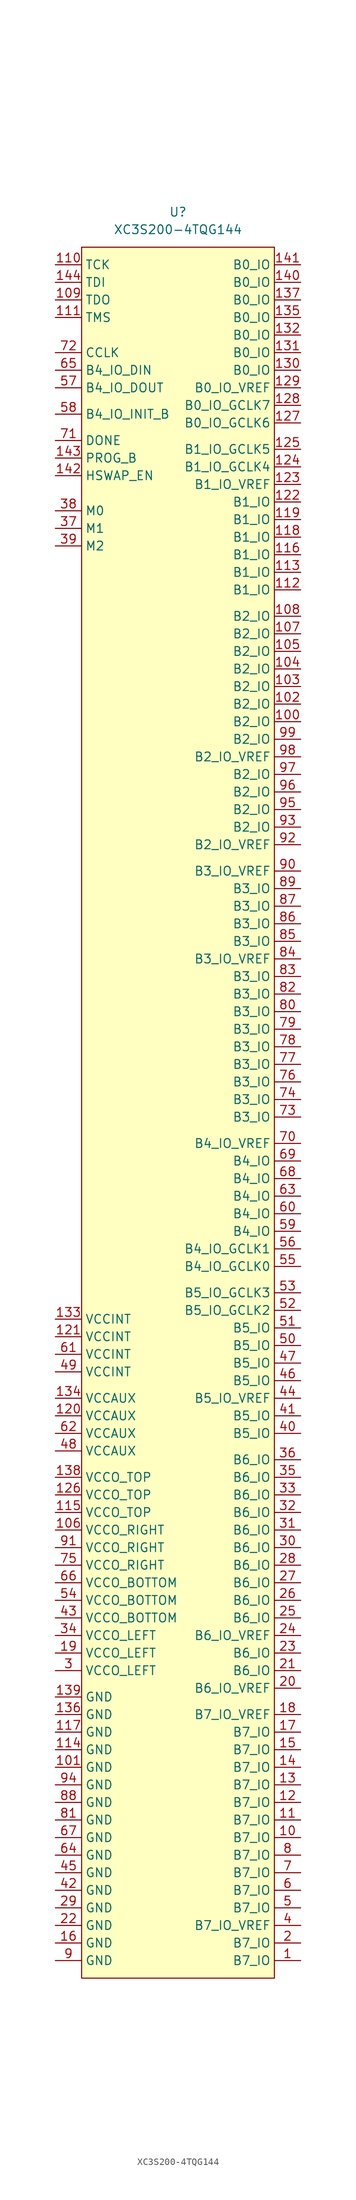
<source format=kicad_sym>
(kicad_symbol_lib
  (version 20231120)
  (generator "kicad_symbol_editor")
  (generator_version "8.0")
  (symbol "XC3S200-4TQG144"
    (property "Reference" "U"
      (at 0 130.81 0)
      (effects (font (size 1.27 1.27))))
    (property "Value" "XC3S200-4TQG144"
      (at 0 128.27 0)
      (effects (font (size 1.27 1.27))))
    (symbol "XC3S200-4TQG144_0_1"
      (rectangle (start -13.97 125.73) (end 13.97 -124.46) (stroke (width 0) (type default)) (fill (type background))))
    (symbol "XC3S200-4TQG144_1_1"
      (pin passive line (at 17.78 -121.92 180) (length 3.81) (name "B7_IO" (effects (font (size 1.27 1.27)))) (number "1" (effects (font (size 1.27 1.27)))))
      (pin passive line (at 17.78 -104.14 180) (length 3.81) (name "B7_IO" (effects (font (size 1.27 1.27)))) (number "10" (effects (font (size 1.27 1.27)))))
      (pin passive line (at 17.78 57.15 180) (length 3.81) (name "B2_IO" (effects (font (size 1.27 1.27)))) (number "100" (effects (font (size 1.27 1.27)))))
      (pin power_in line (at -17.78 -93.98 0) (length 3.81) (name "GND" (effects (font (size 1.27 1.27)))) (number "101" (effects (font (size 1.27 1.27)))))
      (pin passive line (at 17.78 59.69 180) (length 3.81) (name "B2_IO" (effects (font (size 1.27 1.27)))) (number "102" (effects (font (size 1.27 1.27)))))
      (pin passive line (at 17.78 62.23 180) (length 3.81) (name "B2_IO" (effects (font (size 1.27 1.27)))) (number "103" (effects (font (size 1.27 1.27)))))
      (pin passive line (at 17.78 64.77 180) (length 3.81) (name "B2_IO" (effects (font (size 1.27 1.27)))) (number "104" (effects (font (size 1.27 1.27)))))
      (pin passive line (at 17.78 67.31 180) (length 3.81) (name "B2_IO" (effects (font (size 1.27 1.27)))) (number "105" (effects (font (size 1.27 1.27)))))
      (pin power_in line (at -17.78 -59.69 0) (length 3.81) (name "VCCO_RIGHT" (effects (font (size 1.27 1.27)))) (number "106" (effects (font (size 1.27 1.27)))))
      (pin passive line (at 17.78 69.85 180) (length 3.81) (name "B2_IO" (effects (font (size 1.27 1.27)))) (number "107" (effects (font (size 1.27 1.27)))))
      (pin passive line (at 17.78 72.39 180) (length 3.81) (name "B2_IO" (effects (font (size 1.27 1.27)))) (number "108" (effects (font (size 1.27 1.27)))))
      (pin output line (at -17.78 118.11 0) (length 3.81) (name "TDO" (effects (font (size 1.27 1.27)))) (number "109" (effects (font (size 1.27 1.27)))))
      (pin passive line (at 17.78 -101.6 180) (length 3.81) (name "B7_IO" (effects (font (size 1.27 1.27)))) (number "11" (effects (font (size 1.27 1.27)))))
      (pin input line (at -17.78 123.19 0) (length 3.81) (name "TCK" (effects (font (size 1.27 1.27)))) (number "110" (effects (font (size 1.27 1.27)))))
      (pin input line (at -17.78 115.57 0) (length 3.81) (name "TMS" (effects (font (size 1.27 1.27)))) (number "111" (effects (font (size 1.27 1.27)))))
      (pin passive line (at 17.78 76.2 180) (length 3.81) (name "B1_IO" (effects (font (size 1.27 1.27)))) (number "112" (effects (font (size 1.27 1.27)))))
      (pin passive line (at 17.78 78.74 180) (length 3.81) (name "B1_IO" (effects (font (size 1.27 1.27)))) (number "113" (effects (font (size 1.27 1.27)))))
      (pin power_in line (at -17.78 -91.44 0) (length 3.81) (name "GND" (effects (font (size 1.27 1.27)))) (number "114" (effects (font (size 1.27 1.27)))))
      (pin power_in line (at -17.78 -57.15 0) (length 3.81) (name "VCCO_TOP" (effects (font (size 1.27 1.27)))) (number "115" (effects (font (size 1.27 1.27)))))
      (pin passive line (at 17.78 81.28 180) (length 3.81) (name "B1_IO" (effects (font (size 1.27 1.27)))) (number "116" (effects (font (size 1.27 1.27)))))
      (pin power_in line (at -17.78 -88.9 0) (length 3.81) (name "GND" (effects (font (size 1.27 1.27)))) (number "117" (effects (font (size 1.27 1.27)))))
      (pin passive line (at 17.78 83.82 180) (length 3.81) (name "B1_IO" (effects (font (size 1.27 1.27)))) (number "118" (effects (font (size 1.27 1.27)))))
      (pin passive line (at 17.78 86.36 180) (length 3.81) (name "B1_IO" (effects (font (size 1.27 1.27)))) (number "119" (effects (font (size 1.27 1.27)))))
      (pin passive line (at 17.78 -99.06 180) (length 3.81) (name "B7_IO" (effects (font (size 1.27 1.27)))) (number "12" (effects (font (size 1.27 1.27)))))
      (pin power_in line (at -17.78 -43.18 0) (length 3.81) (name "VCCAUX" (effects (font (size 1.27 1.27)))) (number "120" (effects (font (size 1.27 1.27)))))
      (pin power_in line (at -17.78 -31.75 0) (length 3.81) (name "VCCINT" (effects (font (size 1.27 1.27)))) (number "121" (effects (font (size 1.27 1.27)))))
      (pin passive line (at 17.78 88.9 180) (length 3.81) (name "B1_IO" (effects (font (size 1.27 1.27)))) (number "122" (effects (font (size 1.27 1.27)))))
      (pin passive line (at 17.78 91.44 180) (length 3.81) (name "B1_IO_VREF" (effects (font (size 1.27 1.27)))) (number "123" (effects (font (size 1.27 1.27)))))
      (pin passive line (at 17.78 93.98 180) (length 3.81) (name "B1_IO_GCLK4" (effects (font (size 1.27 1.27)))) (number "124" (effects (font (size 1.27 1.27)))))
      (pin passive line (at 17.78 96.52 180) (length 3.81) (name "B1_IO_GCLK5" (effects (font (size 1.27 1.27)))) (number "125" (effects (font (size 1.27 1.27)))))
      (pin power_in line (at -17.78 -54.61 0) (length 3.81) (name "VCCO_TOP" (effects (font (size 1.27 1.27)))) (number "126" (effects (font (size 1.27 1.27)))))
      (pin passive line (at 17.78 100.33 180) (length 3.81) (name "B0_IO_GCLK6" (effects (font (size 1.27 1.27)))) (number "127" (effects (font (size 1.27 1.27)))))
      (pin passive line (at 17.78 102.87 180) (length 3.81) (name "B0_IO_GCLK7" (effects (font (size 1.27 1.27)))) (number "128" (effects (font (size 1.27 1.27)))))
      (pin passive line (at 17.78 105.41 180) (length 3.81) (name "B0_IO_VREF" (effects (font (size 1.27 1.27)))) (number "129" (effects (font (size 1.27 1.27)))))
      (pin passive line (at 17.78 -96.52 180) (length 3.81) (name "B7_IO" (effects (font (size 1.27 1.27)))) (number "13" (effects (font (size 1.27 1.27)))))
      (pin passive line (at 17.78 107.95 180) (length 3.81) (name "B0_IO" (effects (font (size 1.27 1.27)))) (number "130" (effects (font (size 1.27 1.27)))))
      (pin passive line (at 17.78 110.49 180) (length 3.81) (name "B0_IO" (effects (font (size 1.27 1.27)))) (number "131" (effects (font (size 1.27 1.27)))))
      (pin passive line (at 17.78 113.03 180) (length 3.81) (name "B0_IO" (effects (font (size 1.27 1.27)))) (number "132" (effects (font (size 1.27 1.27)))))
      (pin power_in line (at -17.78 -29.21 0) (length 3.81) (name "VCCINT" (effects (font (size 1.27 1.27)))) (number "133" (effects (font (size 1.27 1.27)))))
      (pin power_in line (at -17.78 -40.64 0) (length 3.81) (name "VCCAUX" (effects (font (size 1.27 1.27)))) (number "134" (effects (font (size 1.27 1.27)))))
      (pin passive line (at 17.78 115.57 180) (length 3.81) (name "B0_IO" (effects (font (size 1.27 1.27)))) (number "135" (effects (font (size 1.27 1.27)))))
      (pin power_in line (at -17.78 -86.36 0) (length 3.81) (name "GND" (effects (font (size 1.27 1.27)))) (number "136" (effects (font (size 1.27 1.27)))))
      (pin passive line (at 17.78 118.11 180) (length 3.81) (name "B0_IO" (effects (font (size 1.27 1.27)))) (number "137" (effects (font (size 1.27 1.27)))))
      (pin power_in line (at -17.78 -52.07 0) (length 3.81) (name "VCCO_TOP" (effects (font (size 1.27 1.27)))) (number "138" (effects (font (size 1.27 1.27)))))
      (pin power_in line (at -17.78 -83.82 0) (length 3.81) (name "GND" (effects (font (size 1.27 1.27)))) (number "139" (effects (font (size 1.27 1.27)))))
      (pin passive line (at 17.78 -93.98 180) (length 3.81) (name "B7_IO" (effects (font (size 1.27 1.27)))) (number "14" (effects (font (size 1.27 1.27)))))
      (pin passive line (at 17.78 120.65 180) (length 3.81) (name "B0_IO" (effects (font (size 1.27 1.27)))) (number "140" (effects (font (size 1.27 1.27)))))
      (pin passive line (at 17.78 123.19 180) (length 3.81) (name "B0_IO" (effects (font (size 1.27 1.27)))) (number "141" (effects (font (size 1.27 1.27)))))
      (pin input line (at -17.78 92.71 0) (length 3.81) (name "HSWAP_EN" (effects (font (size 1.27 1.27)))) (number "142" (effects (font (size 1.27 1.27)))))
      (pin input line (at -17.78 95.25 0) (length 3.81) (name "PROG_B" (effects (font (size 1.27 1.27)))) (number "143" (effects (font (size 1.27 1.27)))))
      (pin input line (at -17.78 120.65 0) (length 3.81) (name "TDI" (effects (font (size 1.27 1.27)))) (number "144" (effects (font (size 1.27 1.27)))))
      (pin passive line (at 17.78 -91.44 180) (length 3.81) (name "B7_IO" (effects (font (size 1.27 1.27)))) (number "15" (effects (font (size 1.27 1.27)))))
      (pin power_in line (at -17.78 -119.38 0) (length 3.81) (name "GND" (effects (font (size 1.27 1.27)))) (number "16" (effects (font (size 1.27 1.27)))))
      (pin passive line (at 17.78 -88.9 180) (length 3.81) (name "B7_IO" (effects (font (size 1.27 1.27)))) (number "17" (effects (font (size 1.27 1.27)))))
      (pin passive line (at 17.78 -86.36 180) (length 3.81) (name "B7_IO_VREF" (effects (font (size 1.27 1.27)))) (number "18" (effects (font (size 1.27 1.27)))))
      (pin power_in line (at -17.78 -77.47 0) (length 3.81) (name "VCCO_LEFT" (effects (font (size 1.27 1.27)))) (number "19" (effects (font (size 1.27 1.27)))))
      (pin passive line (at 17.78 -119.38 180) (length 3.81) (name "B7_IO" (effects (font (size 1.27 1.27)))) (number "2" (effects (font (size 1.27 1.27)))))
      (pin passive line (at 17.78 -82.55 180) (length 3.81) (name "B6_IO_VREF" (effects (font (size 1.27 1.27)))) (number "20" (effects (font (size 1.27 1.27)))))
      (pin passive line (at 17.78 -80.01 180) (length 3.81) (name "B6_IO" (effects (font (size 1.27 1.27)))) (number "21" (effects (font (size 1.27 1.27)))))
      (pin power_in line (at -17.78 -116.84 0) (length 3.81) (name "GND" (effects (font (size 1.27 1.27)))) (number "22" (effects (font (size 1.27 1.27)))))
      (pin passive line (at 17.78 -77.47 180) (length 3.81) (name "B6_IO" (effects (font (size 1.27 1.27)))) (number "23" (effects (font (size 1.27 1.27)))))
      (pin passive line (at 17.78 -74.93 180) (length 3.81) (name "B6_IO_VREF" (effects (font (size 1.27 1.27)))) (number "24" (effects (font (size 1.27 1.27)))))
      (pin passive line (at 17.78 -72.39 180) (length 3.81) (name "B6_IO" (effects (font (size 1.27 1.27)))) (number "25" (effects (font (size 1.27 1.27)))))
      (pin passive line (at 17.78 -69.85 180) (length 3.81) (name "B6_IO" (effects (font (size 1.27 1.27)))) (number "26" (effects (font (size 1.27 1.27)))))
      (pin passive line (at 17.78 -67.31 180) (length 3.81) (name "B6_IO" (effects (font (size 1.27 1.27)))) (number "27" (effects (font (size 1.27 1.27)))))
      (pin passive line (at 17.78 -64.77 180) (length 3.81) (name "B6_IO" (effects (font (size 1.27 1.27)))) (number "28" (effects (font (size 1.27 1.27)))))
      (pin power_in line (at -17.78 -114.3 0) (length 3.81) (name "GND" (effects (font (size 1.27 1.27)))) (number "29" (effects (font (size 1.27 1.27)))))
      (pin power_in line (at -17.78 -80.01 0) (length 3.81) (name "VCCO_LEFT" (effects (font (size 1.27 1.27)))) (number "3" (effects (font (size 1.27 1.27)))))
      (pin passive line (at 17.78 -62.23 180) (length 3.81) (name "B6_IO" (effects (font (size 1.27 1.27)))) (number "30" (effects (font (size 1.27 1.27)))))
      (pin passive line (at 17.78 -59.69 180) (length 3.81) (name "B6_IO" (effects (font (size 1.27 1.27)))) (number "31" (effects (font (size 1.27 1.27)))))
      (pin passive line (at 17.78 -57.15 180) (length 3.81) (name "B6_IO" (effects (font (size 1.27 1.27)))) (number "32" (effects (font (size 1.27 1.27)))))
      (pin passive line (at 17.78 -54.61 180) (length 3.81) (name "B6_IO" (effects (font (size 1.27 1.27)))) (number "33" (effects (font (size 1.27 1.27)))))
      (pin power_in line (at -17.78 -74.93 0) (length 3.81) (name "VCCO_LEFT" (effects (font (size 1.27 1.27)))) (number "34" (effects (font (size 1.27 1.27)))))
      (pin passive line (at 17.78 -52.07 180) (length 3.81) (name "B6_IO" (effects (font (size 1.27 1.27)))) (number "35" (effects (font (size 1.27 1.27)))))
      (pin passive line (at 17.78 -49.53 180) (length 3.81) (name "B6_IO" (effects (font (size 1.27 1.27)))) (number "36" (effects (font (size 1.27 1.27)))))
      (pin input line (at -17.78 85.09 0) (length 3.81) (name "M1" (effects (font (size 1.27 1.27)))) (number "37" (effects (font (size 1.27 1.27)))))
      (pin input line (at -17.78 87.63 0) (length 3.81) (name "M0" (effects (font (size 1.27 1.27)))) (number "38" (effects (font (size 1.27 1.27)))))
      (pin input line (at -17.78 82.55 0) (length 3.81) (name "M2" (effects (font (size 1.27 1.27)))) (number "39" (effects (font (size 1.27 1.27)))))
      (pin passive line (at 17.78 -116.84 180) (length 3.81) (name "B7_IO_VREF" (effects (font (size 1.27 1.27)))) (number "4" (effects (font (size 1.27 1.27)))))
      (pin passive line (at 17.78 -45.72 180) (length 3.81) (name "B5_IO" (effects (font (size 1.27 1.27)))) (number "40" (effects (font (size 1.27 1.27)))))
      (pin passive line (at 17.78 -43.18 180) (length 3.81) (name "B5_IO" (effects (font (size 1.27 1.27)))) (number "41" (effects (font (size 1.27 1.27)))))
      (pin power_in line (at -17.78 -111.76 0) (length 3.81) (name "GND" (effects (font (size 1.27 1.27)))) (number "42" (effects (font (size 1.27 1.27)))))
      (pin power_in line (at -17.78 -72.39 0) (length 3.81) (name "VCCO_BOTTOM" (effects (font (size 1.27 1.27)))) (number "43" (effects (font (size 1.27 1.27)))))
      (pin passive line (at 17.78 -40.64 180) (length 3.81) (name "B5_IO_VREF" (effects (font (size 1.27 1.27)))) (number "44" (effects (font (size 1.27 1.27)))))
      (pin power_in line (at -17.78 -109.22 0) (length 3.81) (name "GND" (effects (font (size 1.27 1.27)))) (number "45" (effects (font (size 1.27 1.27)))))
      (pin passive line (at 17.78 -38.1 180) (length 3.81) (name "B5_IO" (effects (font (size 1.27 1.27)))) (number "46" (effects (font (size 1.27 1.27)))))
      (pin passive line (at 17.78 -35.56 180) (length 3.81) (name "B5_IO" (effects (font (size 1.27 1.27)))) (number "47" (effects (font (size 1.27 1.27)))))
      (pin power_in line (at -17.78 -48.26 0) (length 3.81) (name "VCCAUX" (effects (font (size 1.27 1.27)))) (number "48" (effects (font (size 1.27 1.27)))))
      (pin power_in line (at -17.78 -36.83 0) (length 3.81) (name "VCCINT" (effects (font (size 1.27 1.27)))) (number "49" (effects (font (size 1.27 1.27)))))
      (pin passive line (at 17.78 -114.3 180) (length 3.81) (name "B7_IO" (effects (font (size 1.27 1.27)))) (number "5" (effects (font (size 1.27 1.27)))))
      (pin passive line (at 17.78 -33.02 180) (length 3.81) (name "B5_IO" (effects (font (size 1.27 1.27)))) (number "50" (effects (font (size 1.27 1.27)))))
      (pin passive line (at 17.78 -30.48 180) (length 3.81) (name "B5_IO" (effects (font (size 1.27 1.27)))) (number "51" (effects (font (size 1.27 1.27)))))
      (pin passive line (at 17.78 -27.94 180) (length 3.81) (name "B5_IO_GCLK2" (effects (font (size 1.27 1.27)))) (number "52" (effects (font (size 1.27 1.27)))))
      (pin passive line (at 17.78 -25.4 180) (length 3.81) (name "B5_IO_GCLK3" (effects (font (size 1.27 1.27)))) (number "53" (effects (font (size 1.27 1.27)))))
      (pin power_in line (at -17.78 -69.85 0) (length 3.81) (name "VCCO_BOTTOM" (effects (font (size 1.27 1.27)))) (number "54" (effects (font (size 1.27 1.27)))))
      (pin passive line (at 17.78 -21.59 180) (length 3.81) (name "B4_IO_GCLK0" (effects (font (size 1.27 1.27)))) (number "55" (effects (font (size 1.27 1.27)))))
      (pin passive line (at 17.78 -19.05 180) (length 3.81) (name "B4_IO_GCLK1" (effects (font (size 1.27 1.27)))) (number "56" (effects (font (size 1.27 1.27)))))
      (pin passive line (at -17.78 105.41 0) (length 3.81) (name "B4_IO_DOUT" (effects (font (size 1.27 1.27)))) (number "57" (effects (font (size 1.27 1.27)))))
      (pin passive line (at -17.78 101.6 0) (length 3.81) (name "B4_IO_INIT_B" (effects (font (size 1.27 1.27)))) (number "58" (effects (font (size 1.27 1.27)))))
      (pin passive line (at 17.78 -16.51 180) (length 3.81) (name "B4_IO" (effects (font (size 1.27 1.27)))) (number "59" (effects (font (size 1.27 1.27)))))
      (pin passive line (at 17.78 -111.76 180) (length 3.81) (name "B7_IO" (effects (font (size 1.27 1.27)))) (number "6" (effects (font (size 1.27 1.27)))))
      (pin passive line (at 17.78 -13.97 180) (length 3.81) (name "B4_IO" (effects (font (size 1.27 1.27)))) (number "60" (effects (font (size 1.27 1.27)))))
      (pin power_in line (at -17.78 -34.29 0) (length 3.81) (name "VCCINT" (effects (font (size 1.27 1.27)))) (number "61" (effects (font (size 1.27 1.27)))))
      (pin power_in line (at -17.78 -45.72 0) (length 3.81) (name "VCCAUX" (effects (font (size 1.27 1.27)))) (number "62" (effects (font (size 1.27 1.27)))))
      (pin passive line (at 17.78 -11.43 180) (length 3.81) (name "B4_IO" (effects (font (size 1.27 1.27)))) (number "63" (effects (font (size 1.27 1.27)))))
      (pin power_in line (at -17.78 -106.68 0) (length 3.81) (name "GND" (effects (font (size 1.27 1.27)))) (number "64" (effects (font (size 1.27 1.27)))))
      (pin passive line (at -17.78 107.95 0) (length 3.81) (name "B4_IO_DIN" (effects (font (size 1.27 1.27)))) (number "65" (effects (font (size 1.27 1.27)))))
      (pin power_in line (at -17.78 -67.31 0) (length 3.81) (name "VCCO_BOTTOM" (effects (font (size 1.27 1.27)))) (number "66" (effects (font (size 1.27 1.27)))))
      (pin power_in line (at -17.78 -104.14 0) (length 3.81) (name "GND" (effects (font (size 1.27 1.27)))) (number "67" (effects (font (size 1.27 1.27)))))
      (pin passive line (at 17.78 -8.89 180) (length 3.81) (name "B4_IO" (effects (font (size 1.27 1.27)))) (number "68" (effects (font (size 1.27 1.27)))))
      (pin passive line (at 17.78 -6.35 180) (length 3.81) (name "B4_IO" (effects (font (size 1.27 1.27)))) (number "69" (effects (font (size 1.27 1.27)))))
      (pin passive line (at 17.78 -109.22 180) (length 3.81) (name "B7_IO" (effects (font (size 1.27 1.27)))) (number "7" (effects (font (size 1.27 1.27)))))
      (pin passive line (at 17.78 -3.81 180) (length 3.81) (name "B4_IO_VREF" (effects (font (size 1.27 1.27)))) (number "70" (effects (font (size 1.27 1.27)))))
      (pin output line (at -17.78 97.79 0) (length 3.81) (name "DONE" (effects (font (size 1.27 1.27)))) (number "71" (effects (font (size 1.27 1.27)))))
      (pin input line (at -17.78 110.49 0) (length 3.81) (name "CCLK" (effects (font (size 1.27 1.27)))) (number "72" (effects (font (size 1.27 1.27)))))
      (pin passive line (at 17.78 0 180) (length 3.81) (name "B3_IO" (effects (font (size 1.27 1.27)))) (number "73" (effects (font (size 1.27 1.27)))))
      (pin passive line (at 17.78 2.54 180) (length 3.81) (name "B3_IO" (effects (font (size 1.27 1.27)))) (number "74" (effects (font (size 1.27 1.27)))))
      (pin power_in line (at -17.78 -64.77 0) (length 3.81) (name "VCCO_RIGHT" (effects (font (size 1.27 1.27)))) (number "75" (effects (font (size 1.27 1.27)))))
      (pin passive line (at 17.78 5.08 180) (length 3.81) (name "B3_IO" (effects (font (size 1.27 1.27)))) (number "76" (effects (font (size 1.27 1.27)))))
      (pin passive line (at 17.78 7.62 180) (length 3.81) (name "B3_IO" (effects (font (size 1.27 1.27)))) (number "77" (effects (font (size 1.27 1.27)))))
      (pin passive line (at 17.78 10.16 180) (length 3.81) (name "B3_IO" (effects (font (size 1.27 1.27)))) (number "78" (effects (font (size 1.27 1.27)))))
      (pin passive line (at 17.78 12.7 180) (length 3.81) (name "B3_IO" (effects (font (size 1.27 1.27)))) (number "79" (effects (font (size 1.27 1.27)))))
      (pin passive line (at 17.78 -106.68 180) (length 3.81) (name "B7_IO" (effects (font (size 1.27 1.27)))) (number "8" (effects (font (size 1.27 1.27)))))
      (pin passive line (at 17.78 15.24 180) (length 3.81) (name "B3_IO" (effects (font (size 1.27 1.27)))) (number "80" (effects (font (size 1.27 1.27)))))
      (pin power_in line (at -17.78 -101.6 0) (length 3.81) (name "GND" (effects (font (size 1.27 1.27)))) (number "81" (effects (font (size 1.27 1.27)))))
      (pin passive line (at 17.78 17.78 180) (length 3.81) (name "B3_IO" (effects (font (size 1.27 1.27)))) (number "82" (effects (font (size 1.27 1.27)))))
      (pin passive line (at 17.78 20.32 180) (length 3.81) (name "B3_IO" (effects (font (size 1.27 1.27)))) (number "83" (effects (font (size 1.27 1.27)))))
      (pin passive line (at 17.78 22.86 180) (length 3.81) (name "B3_IO_VREF" (effects (font (size 1.27 1.27)))) (number "84" (effects (font (size 1.27 1.27)))))
      (pin passive line (at 17.78 25.4 180) (length 3.81) (name "B3_IO" (effects (font (size 1.27 1.27)))) (number "85" (effects (font (size 1.27 1.27)))))
      (pin passive line (at 17.78 27.94 180) (length 3.81) (name "B3_IO" (effects (font (size 1.27 1.27)))) (number "86" (effects (font (size 1.27 1.27)))))
      (pin passive line (at 17.78 30.48 180) (length 3.81) (name "B3_IO" (effects (font (size 1.27 1.27)))) (number "87" (effects (font (size 1.27 1.27)))))
      (pin power_in line (at -17.78 -99.06 0) (length 3.81) (name "GND" (effects (font (size 1.27 1.27)))) (number "88" (effects (font (size 1.27 1.27)))))
      (pin passive line (at 17.78 33.02 180) (length 3.81) (name "B3_IO" (effects (font (size 1.27 1.27)))) (number "89" (effects (font (size 1.27 1.27)))))
      (pin power_in line (at -17.78 -121.92 0) (length 3.81) (name "GND" (effects (font (size 1.27 1.27)))) (number "9" (effects (font (size 1.27 1.27)))))
      (pin passive line (at 17.78 35.56 180) (length 3.81) (name "B3_IO_VREF" (effects (font (size 1.27 1.27)))) (number "90" (effects (font (size 1.27 1.27)))))
      (pin power_in line (at -17.78 -62.23 0) (length 3.81) (name "VCCO_RIGHT" (effects (font (size 1.27 1.27)))) (number "91" (effects (font (size 1.27 1.27)))))
      (pin passive line (at 17.78 39.37 180) (length 3.81) (name "B2_IO_VREF" (effects (font (size 1.27 1.27)))) (number "92" (effects (font (size 1.27 1.27)))))
      (pin passive line (at 17.78 41.91 180) (length 3.81) (name "B2_IO" (effects (font (size 1.27 1.27)))) (number "93" (effects (font (size 1.27 1.27)))))
      (pin power_in line (at -17.78 -96.52 0) (length 3.81) (name "GND" (effects (font (size 1.27 1.27)))) (number "94" (effects (font (size 1.27 1.27)))))
      (pin passive line (at 17.78 44.45 180) (length 3.81) (name "B2_IO" (effects (font (size 1.27 1.27)))) (number "95" (effects (font (size 1.27 1.27)))))
      (pin passive line (at 17.78 46.99 180) (length 3.81) (name "B2_IO" (effects (font (size 1.27 1.27)))) (number "96" (effects (font (size 1.27 1.27)))))
      (pin passive line (at 17.78 49.53 180) (length 3.81) (name "B2_IO" (effects (font (size 1.27 1.27)))) (number "97" (effects (font (size 1.27 1.27)))))
      (pin passive line (at 17.78 52.07 180) (length 3.81) (name "B2_IO_VREF" (effects (font (size 1.27 1.27)))) (number "98" (effects (font (size 1.27 1.27)))))
      (pin passive line (at 17.78 54.61 180) (length 3.81) (name "B2_IO" (effects (font (size 1.27 1.27)))) (number "99" (effects (font (size 1.27 1.27))))))))
</source>
